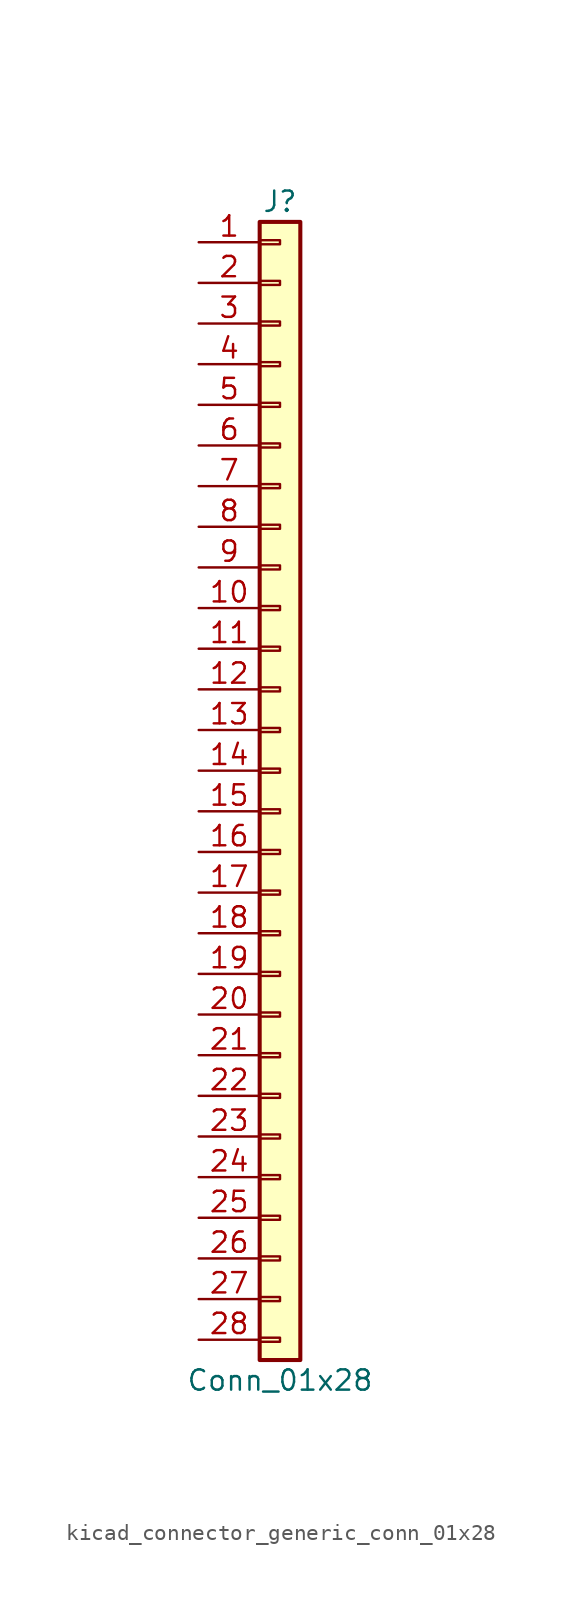
<source format=kicad_sym>
(kicad_symbol_lib
  (version 20220914)
  (generator kicad_symbol_editor)
  (symbol "kicad_connector_generic_conn_01x28"
    (pin_names
      (offset 1.016) hide)
    (property "Reference" "J"
      (at 0 35.56 0)
      (effects (font (size 1.27 1.27))))
    (property "Value" "Conn_01x28"
      (at 0 -38.1 0)
      (effects (font (size 1.27 1.27))))
    (symbol "kicad_connector_generic_conn_01x28_1_1"
      (rectangle (start -1.27 -35.433) (end 0 -35.687) (stroke (width 0.152) (type default)) (fill (type none)))
      (rectangle (start -1.27 -32.893) (end 0 -33.147) (stroke (width 0.152) (type default)) (fill (type none)))
      (rectangle (start -1.27 -30.353) (end 0 -30.607) (stroke (width 0.152) (type default)) (fill (type none)))
      (rectangle (start -1.27 -27.813) (end 0 -28.067) (stroke (width 0.152) (type default)) (fill (type none)))
      (rectangle (start -1.27 -25.273) (end 0 -25.527) (stroke (width 0.152) (type default)) (fill (type none)))
      (rectangle (start -1.27 -22.733) (end 0 -22.987) (stroke (width 0.152) (type default)) (fill (type none)))
      (rectangle (start -1.27 -20.193) (end 0 -20.447) (stroke (width 0.152) (type default)) (fill (type none)))
      (rectangle (start -1.27 -17.653) (end 0 -17.907) (stroke (width 0.152) (type default)) (fill (type none)))
      (rectangle (start -1.27 -15.113) (end 0 -15.367) (stroke (width 0.152) (type default)) (fill (type none)))
      (rectangle (start -1.27 -12.573) (end 0 -12.827) (stroke (width 0.152) (type default)) (fill (type none)))
      (rectangle (start -1.27 -10.033) (end 0 -10.287) (stroke (width 0.152) (type default)) (fill (type none)))
      (rectangle (start -1.27 -7.493) (end 0 -7.747) (stroke (width 0.152) (type default)) (fill (type none)))
      (rectangle (start -1.27 -4.953) (end 0 -5.207) (stroke (width 0.152) (type default)) (fill (type none)))
      (rectangle (start -1.27 -2.413) (end 0 -2.667) (stroke (width 0.152) (type default)) (fill (type none)))
      (rectangle (start -1.27 0.127) (end 0 -0.127) (stroke (width 0.152) (type default)) (fill (type none)))
      (rectangle (start -1.27 2.667) (end 0 2.413) (stroke (width 0.152) (type default)) (fill (type none)))
      (rectangle (start -1.27 5.207) (end 0 4.953) (stroke (width 0.152) (type default)) (fill (type none)))
      (rectangle (start -1.27 7.747) (end 0 7.493) (stroke (width 0.152) (type default)) (fill (type none)))
      (rectangle (start -1.27 10.287) (end 0 10.033) (stroke (width 0.152) (type default)) (fill (type none)))
      (rectangle (start -1.27 12.827) (end 0 12.573) (stroke (width 0.152) (type default)) (fill (type none)))
      (rectangle (start -1.27 15.367) (end 0 15.113) (stroke (width 0.152) (type default)) (fill (type none)))
      (rectangle (start -1.27 17.907) (end 0 17.653) (stroke (width 0.152) (type default)) (fill (type none)))
      (rectangle (start -1.27 20.447) (end 0 20.193) (stroke (width 0.152) (type default)) (fill (type none)))
      (rectangle (start -1.27 22.987) (end 0 22.733) (stroke (width 0.152) (type default)) (fill (type none)))
      (rectangle (start -1.27 25.527) (end 0 25.273) (stroke (width 0.152) (type default)) (fill (type none)))
      (rectangle (start -1.27 28.067) (end 0 27.813) (stroke (width 0.152) (type default)) (fill (type none)))
      (rectangle (start -1.27 30.607) (end 0 30.353) (stroke (width 0.152) (type default)) (fill (type none)))
      (rectangle (start -1.27 33.147) (end 0 32.893) (stroke (width 0.152) (type default)) (fill (type none)))
      (rectangle (start -1.27 34.29) (end 1.27 -36.83) (stroke (width 0.254) (type default)) (fill (type background)))
      (pin passive line (at -5.08 33.02 0) (length 3.81) (name "Pin_1" (effects (font (size 1.27 1.27)))) (number "1" (effects (font (size 1.27 1.27)))))
      (pin passive line (at -5.08 10.16 0) (length 3.81) (name "Pin_10" (effects (font (size 1.27 1.27)))) (number "10" (effects (font (size 1.27 1.27)))))
      (pin passive line (at -5.08 7.62 0) (length 3.81) (name "Pin_11" (effects (font (size 1.27 1.27)))) (number "11" (effects (font (size 1.27 1.27)))))
      (pin passive line (at -5.08 5.08 0) (length 3.81) (name "Pin_12" (effects (font (size 1.27 1.27)))) (number "12" (effects (font (size 1.27 1.27)))))
      (pin passive line (at -5.08 2.54 0) (length 3.81) (name "Pin_13" (effects (font (size 1.27 1.27)))) (number "13" (effects (font (size 1.27 1.27)))))
      (pin passive line (at -5.08 0 0) (length 3.81) (name "Pin_14" (effects (font (size 1.27 1.27)))) (number "14" (effects (font (size 1.27 1.27)))))
      (pin passive line (at -5.08 -2.54 0) (length 3.81) (name "Pin_15" (effects (font (size 1.27 1.27)))) (number "15" (effects (font (size 1.27 1.27)))))
      (pin passive line (at -5.08 -5.08 0) (length 3.81) (name "Pin_16" (effects (font (size 1.27 1.27)))) (number "16" (effects (font (size 1.27 1.27)))))
      (pin passive line (at -5.08 -7.62 0) (length 3.81) (name "Pin_17" (effects (font (size 1.27 1.27)))) (number "17" (effects (font (size 1.27 1.27)))))
      (pin passive line (at -5.08 -10.16 0) (length 3.81) (name "Pin_18" (effects (font (size 1.27 1.27)))) (number "18" (effects (font (size 1.27 1.27)))))
      (pin passive line (at -5.08 -12.7 0) (length 3.81) (name "Pin_19" (effects (font (size 1.27 1.27)))) (number "19" (effects (font (size 1.27 1.27)))))
      (pin passive line (at -5.08 30.48 0) (length 3.81) (name "Pin_2" (effects (font (size 1.27 1.27)))) (number "2" (effects (font (size 1.27 1.27)))))
      (pin passive line (at -5.08 -15.24 0) (length 3.81) (name "Pin_20" (effects (font (size 1.27 1.27)))) (number "20" (effects (font (size 1.27 1.27)))))
      (pin passive line (at -5.08 -17.78 0) (length 3.81) (name "Pin_21" (effects (font (size 1.27 1.27)))) (number "21" (effects (font (size 1.27 1.27)))))
      (pin passive line (at -5.08 -20.32 0) (length 3.81) (name "Pin_22" (effects (font (size 1.27 1.27)))) (number "22" (effects (font (size 1.27 1.27)))))
      (pin passive line (at -5.08 -22.86 0) (length 3.81) (name "Pin_23" (effects (font (size 1.27 1.27)))) (number "23" (effects (font (size 1.27 1.27)))))
      (pin passive line (at -5.08 -25.4 0) (length 3.81) (name "Pin_24" (effects (font (size 1.27 1.27)))) (number "24" (effects (font (size 1.27 1.27)))))
      (pin passive line (at -5.08 -27.94 0) (length 3.81) (name "Pin_25" (effects (font (size 1.27 1.27)))) (number "25" (effects (font (size 1.27 1.27)))))
      (pin passive line (at -5.08 -30.48 0) (length 3.81) (name "Pin_26" (effects (font (size 1.27 1.27)))) (number "26" (effects (font (size 1.27 1.27)))))
      (pin passive line (at -5.08 -33.02 0) (length 3.81) (name "Pin_27" (effects (font (size 1.27 1.27)))) (number "27" (effects (font (size 1.27 1.27)))))
      (pin passive line (at -5.08 -35.56 0) (length 3.81) (name "Pin_28" (effects (font (size 1.27 1.27)))) (number "28" (effects (font (size 1.27 1.27)))))
      (pin passive line (at -5.08 27.94 0) (length 3.81) (name "Pin_3" (effects (font (size 1.27 1.27)))) (number "3" (effects (font (size 1.27 1.27)))))
      (pin passive line (at -5.08 25.4 0) (length 3.81) (name "Pin_4" (effects (font (size 1.27 1.27)))) (number "4" (effects (font (size 1.27 1.27)))))
      (pin passive line (at -5.08 22.86 0) (length 3.81) (name "Pin_5" (effects (font (size 1.27 1.27)))) (number "5" (effects (font (size 1.27 1.27)))))
      (pin passive line (at -5.08 20.32 0) (length 3.81) (name "Pin_6" (effects (font (size 1.27 1.27)))) (number "6" (effects (font (size 1.27 1.27)))))
      (pin passive line (at -5.08 17.78 0) (length 3.81) (name "Pin_7" (effects (font (size 1.27 1.27)))) (number "7" (effects (font (size 1.27 1.27)))))
      (pin passive line (at -5.08 15.24 0) (length 3.81) (name "Pin_8" (effects (font (size 1.27 1.27)))) (number "8" (effects (font (size 1.27 1.27)))))
      (pin passive line (at -5.08 12.7 0) (length 3.81) (name "Pin_9" (effects (font (size 1.27 1.27)))) (number "9" (effects (font (size 1.27 1.27))))))))
</source>
